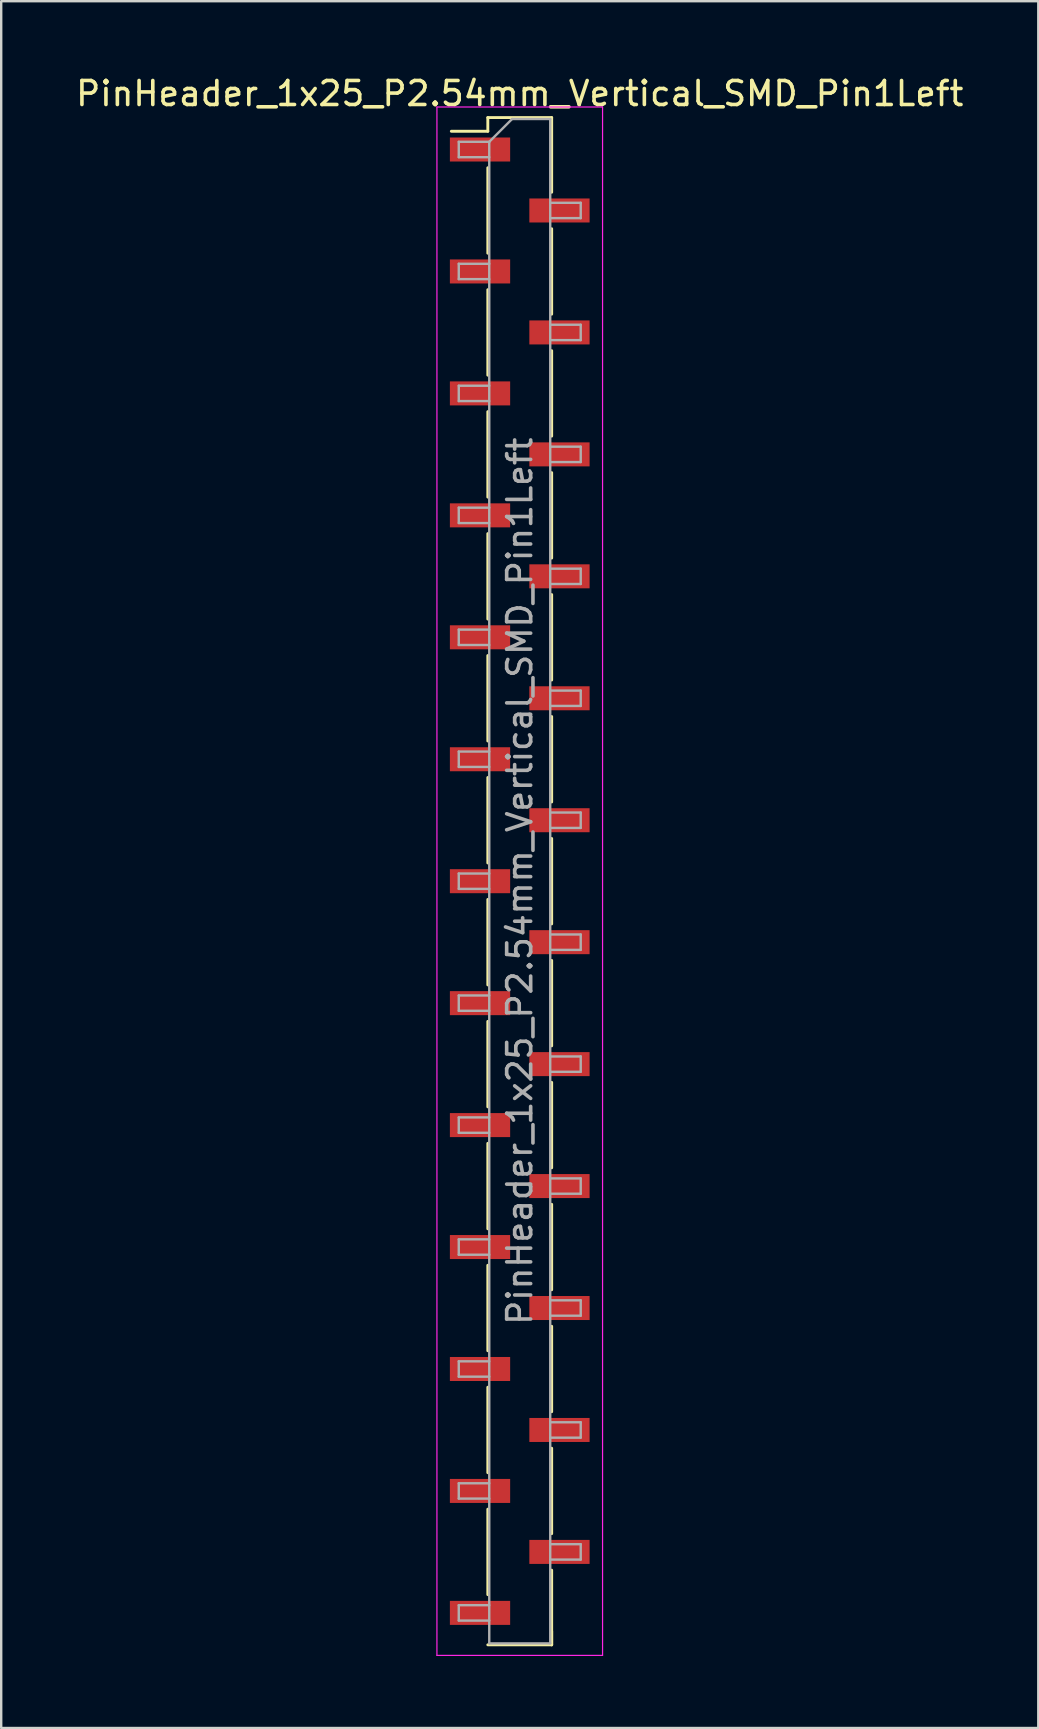
<source format=kicad_pcb>
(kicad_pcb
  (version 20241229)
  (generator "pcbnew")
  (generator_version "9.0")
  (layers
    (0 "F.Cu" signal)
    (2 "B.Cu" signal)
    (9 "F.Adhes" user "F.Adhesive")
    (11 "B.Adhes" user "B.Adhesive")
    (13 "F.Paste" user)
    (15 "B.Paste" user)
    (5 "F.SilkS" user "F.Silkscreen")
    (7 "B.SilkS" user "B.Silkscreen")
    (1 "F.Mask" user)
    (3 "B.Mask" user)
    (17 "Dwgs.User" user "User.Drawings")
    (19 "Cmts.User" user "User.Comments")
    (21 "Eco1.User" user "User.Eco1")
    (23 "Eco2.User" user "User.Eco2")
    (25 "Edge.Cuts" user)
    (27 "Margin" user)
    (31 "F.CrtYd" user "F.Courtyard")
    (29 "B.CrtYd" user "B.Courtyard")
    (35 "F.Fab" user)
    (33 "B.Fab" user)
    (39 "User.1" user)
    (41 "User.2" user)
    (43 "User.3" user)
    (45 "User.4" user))
  (footprint "PinHeader_1x25_P2.54mm_Vertical_SMD_Pin1Left"
    (layer "F.Cu")
    (at 18.601 33.658)
    (property "Reference" "PinHeader_1x25_P2.54mm_Vertical_SMD_Pin1Left" (at 0 -32.81 0) (layer "F.SilkS") (effects (font (size 1 1) (thickness 0.15))))
    (attr smd)
    (fp_line (start -1.33 -31.81) (end -1.33 -31.24) (stroke (width 0.12) (type solid)) (layer "F.SilkS"))
    (fp_line (start -1.33 -31.81) (end 1.33 -31.81) (stroke (width 0.12) (type solid)) (layer "F.SilkS"))
    (fp_line (start -1.33 -31.24) (end -2.85 -31.24) (stroke (width 0.12) (type solid)) (layer "F.SilkS"))
    (fp_line (start -1.33 -29.72) (end -1.33 -26.16) (stroke (width 0.12) (type solid)) (layer "F.SilkS"))
    (fp_line (start -1.33 -24.64) (end -1.33 -21.08) (stroke (width 0.12) (type solid)) (layer "F.SilkS"))
    (fp_line (start -1.33 -19.56) (end -1.33 -16) (stroke (width 0.12) (type solid)) (layer "F.SilkS"))
    (fp_line (start -1.33 -14.48) (end -1.33 -10.92) (stroke (width 0.12) (type solid)) (layer "F.SilkS"))
    (fp_line (start -1.33 -9.4) (end -1.33 -5.84) (stroke (width 0.12) (type solid)) (layer "F.SilkS"))
    (fp_line (start -1.33 -4.32) (end -1.33 -0.76) (stroke (width 0.12) (type solid)) (layer "F.SilkS"))
    (fp_line (start -1.33 0.76) (end -1.33 4.32) (stroke (width 0.12) (type solid)) (layer "F.SilkS"))
    (fp_line (start -1.33 5.84) (end -1.33 9.4) (stroke (width 0.12) (type solid)) (layer "F.SilkS"))
    (fp_line (start -1.33 10.92) (end -1.33 14.48) (stroke (width 0.12) (type solid)) (layer "F.SilkS"))
    (fp_line (start -1.33 16) (end -1.33 19.56) (stroke (width 0.12) (type solid)) (layer "F.SilkS"))
    (fp_line (start -1.33 21.08) (end -1.33 24.64) (stroke (width 0.12) (type solid)) (layer "F.SilkS"))
    (fp_line (start -1.33 26.16) (end -1.33 29.72) (stroke (width 0.12) (type solid)) (layer "F.SilkS"))
    (fp_line (start -1.33 31.81) (end 1.33 31.81) (stroke (width 0.12) (type solid)) (layer "F.SilkS"))
    (fp_line (start 1.33 -31.81) (end 1.33 -28.7) (stroke (width 0.12) (type solid)) (layer "F.SilkS"))
    (fp_line (start 1.33 -27.18) (end 1.33 -23.62) (stroke (width 0.12) (type solid)) (layer "F.SilkS"))
    (fp_line (start 1.33 -22.1) (end 1.33 -18.54) (stroke (width 0.12) (type solid)) (layer "F.SilkS"))
    (fp_line (start 1.33 -17.02) (end 1.33 -13.46) (stroke (width 0.12) (type solid)) (layer "F.SilkS"))
    (fp_line (start 1.33 -11.94) (end 1.33 -8.38) (stroke (width 0.12) (type solid)) (layer "F.SilkS"))
    (fp_line (start 1.33 -6.86) (end 1.33 -3.3) (stroke (width 0.12) (type solid)) (layer "F.SilkS"))
    (fp_line (start 1.33 -1.78) (end 1.33 1.78) (stroke (width 0.12) (type solid)) (layer "F.SilkS"))
    (fp_line (start 1.33 3.3) (end 1.33 6.86) (stroke (width 0.12) (type solid)) (layer "F.SilkS"))
    (fp_line (start 1.33 8.38) (end 1.33 11.94) (stroke (width 0.12) (type solid)) (layer "F.SilkS"))
    (fp_line (start 1.33 13.46) (end 1.33 17.02) (stroke (width 0.12) (type solid)) (layer "F.SilkS"))
    (fp_line (start 1.33 18.54) (end 1.33 22.1) (stroke (width 0.12) (type solid)) (layer "F.SilkS"))
    (fp_line (start 1.33 23.62) (end 1.33 27.18) (stroke (width 0.12) (type solid)) (layer "F.SilkS"))
    (fp_line (start 1.33 28.7) (end 1.33 31.81) (stroke (width 0.12) (type solid)) (layer "F.SilkS"))
    (fp_line (start 1.33 31.24) (end 1.33 31.81) (stroke (width 0.12) (type solid)) (layer "F.SilkS"))
    (fp_line (start -3.45 -32.25) (end -3.45 32.25) (stroke (width 0.05) (type solid)) (layer "F.CrtYd"))
    (fp_line (start -3.45 32.25) (end 3.45 32.25) (stroke (width 0.05) (type solid)) (layer "F.CrtYd"))
    (fp_line (start 3.45 -32.25) (end -3.45 -32.25) (stroke (width 0.05) (type solid)) (layer "F.CrtYd"))
    (fp_line (start 3.45 32.25) (end 3.45 -32.25) (stroke (width 0.05) (type solid)) (layer "F.CrtYd"))
    (fp_line (start -2.54 -30.8) (end -2.54 -30.16) (stroke (width 0.1) (type solid)) (layer "F.Fab"))
    (fp_line (start -2.54 -30.16) (end -1.27 -30.16) (stroke (width 0.1) (type solid)) (layer "F.Fab"))
    (fp_line (start -2.54 -25.72) (end -2.54 -25.08) (stroke (width 0.1) (type solid)) (layer "F.Fab"))
    (fp_line (start -2.54 -25.08) (end -1.27 -25.08) (stroke (width 0.1) (type solid)) (layer "F.Fab"))
    (fp_line (start -2.54 -20.64) (end -2.54 -20) (stroke (width 0.1) (type solid)) (layer "F.Fab"))
    (fp_line (start -2.54 -20) (end -1.27 -20) (stroke (width 0.1) (type solid)) (layer "F.Fab"))
    (fp_line (start -2.54 -15.56) (end -2.54 -14.92) (stroke (width 0.1) (type solid)) (layer "F.Fab"))
    (fp_line (start -2.54 -14.92) (end -1.27 -14.92) (stroke (width 0.1) (type solid)) (layer "F.Fab"))
    (fp_line (start -2.54 -10.48) (end -2.54 -9.84) (stroke (width 0.1) (type solid)) (layer "F.Fab"))
    (fp_line (start -2.54 -9.84) (end -1.27 -9.84) (stroke (width 0.1) (type solid)) (layer "F.Fab"))
    (fp_line (start -2.54 -5.4) (end -2.54 -4.76) (stroke (width 0.1) (type solid)) (layer "F.Fab"))
    (fp_line (start -2.54 -4.76) (end -1.27 -4.76) (stroke (width 0.1) (type solid)) (layer "F.Fab"))
    (fp_line (start -2.54 -0.32) (end -2.54 0.32) (stroke (width 0.1) (type solid)) (layer "F.Fab"))
    (fp_line (start -2.54 0.32) (end -1.27 0.32) (stroke (width 0.1) (type solid)) (layer "F.Fab"))
    (fp_line (start -2.54 4.76) (end -2.54 5.4) (stroke (width 0.1) (type solid)) (layer "F.Fab"))
    (fp_line (start -2.54 5.4) (end -1.27 5.4) (stroke (width 0.1) (type solid)) (layer "F.Fab"))
    (fp_line (start -2.54 9.84) (end -2.54 10.48) (stroke (width 0.1) (type solid)) (layer "F.Fab"))
    (fp_line (start -2.54 10.48) (end -1.27 10.48) (stroke (width 0.1) (type solid)) (layer "F.Fab"))
    (fp_line (start -2.54 14.92) (end -2.54 15.56) (stroke (width 0.1) (type solid)) (layer "F.Fab"))
    (fp_line (start -2.54 15.56) (end -1.27 15.56) (stroke (width 0.1) (type solid)) (layer "F.Fab"))
    (fp_line (start -2.54 20) (end -2.54 20.64) (stroke (width 0.1) (type solid)) (layer "F.Fab"))
    (fp_line (start -2.54 20.64) (end -1.27 20.64) (stroke (width 0.1) (type solid)) (layer "F.Fab"))
    (fp_line (start -2.54 25.08) (end -2.54 25.72) (stroke (width 0.1) (type solid)) (layer "F.Fab"))
    (fp_line (start -2.54 25.72) (end -1.27 25.72) (stroke (width 0.1) (type solid)) (layer "F.Fab"))
    (fp_line (start -2.54 30.16) (end -2.54 30.8) (stroke (width 0.1) (type solid)) (layer "F.Fab"))
    (fp_line (start -2.54 30.8) (end -1.27 30.8) (stroke (width 0.1) (type solid)) (layer "F.Fab"))
    (fp_line (start -1.27 -30.8) (end -2.54 -30.8) (stroke (width 0.1) (type solid)) (layer "F.Fab"))
    (fp_line (start -1.27 -30.8) (end -0.32 -31.75) (stroke (width 0.1) (type solid)) (layer "F.Fab"))
    (fp_line (start -1.27 -25.72) (end -2.54 -25.72) (stroke (width 0.1) (type solid)) (layer "F.Fab"))
    (fp_line (start -1.27 -20.64) (end -2.54 -20.64) (stroke (width 0.1) (type solid)) (layer "F.Fab"))
    (fp_line (start -1.27 -15.56) (end -2.54 -15.56) (stroke (width 0.1) (type solid)) (layer "F.Fab"))
    (fp_line (start -1.27 -10.48) (end -2.54 -10.48) (stroke (width 0.1) (type solid)) (layer "F.Fab"))
    (fp_line (start -1.27 -5.4) (end -2.54 -5.4) (stroke (width 0.1) (type solid)) (layer "F.Fab"))
    (fp_line (start -1.27 -0.32) (end -2.54 -0.32) (stroke (width 0.1) (type solid)) (layer "F.Fab"))
    (fp_line (start -1.27 4.76) (end -2.54 4.76) (stroke (width 0.1) (type solid)) (layer "F.Fab"))
    (fp_line (start -1.27 9.84) (end -2.54 9.84) (stroke (width 0.1) (type solid)) (layer "F.Fab"))
    (fp_line (start -1.27 14.92) (end -2.54 14.92) (stroke (width 0.1) (type solid)) (layer "F.Fab"))
    (fp_line (start -1.27 20) (end -2.54 20) (stroke (width 0.1) (type solid)) (layer "F.Fab"))
    (fp_line (start -1.27 25.08) (end -2.54 25.08) (stroke (width 0.1) (type solid)) (layer "F.Fab"))
    (fp_line (start -1.27 30.16) (end -2.54 30.16) (stroke (width 0.1) (type solid)) (layer "F.Fab"))
    (fp_line (start -1.27 31.75) (end -1.27 -30.8) (stroke (width 0.1) (type solid)) (layer "F.Fab"))
    (fp_line (start -0.32 -31.75) (end 1.27 -31.75) (stroke (width 0.1) (type solid)) (layer "F.Fab"))
    (fp_line (start 1.27 -31.75) (end 1.27 31.75) (stroke (width 0.1) (type solid)) (layer "F.Fab"))
    (fp_line (start 1.27 -28.26) (end 2.54 -28.26) (stroke (width 0.1) (type solid)) (layer "F.Fab"))
    (fp_line (start 1.27 -23.18) (end 2.54 -23.18) (stroke (width 0.1) (type solid)) (layer "F.Fab"))
    (fp_line (start 1.27 -18.1) (end 2.54 -18.1) (stroke (width 0.1) (type solid)) (layer "F.Fab"))
    (fp_line (start 1.27 -13.02) (end 2.54 -13.02) (stroke (width 0.1) (type solid)) (layer "F.Fab"))
    (fp_line (start 1.27 -7.94) (end 2.54 -7.94) (stroke (width 0.1) (type solid)) (layer "F.Fab"))
    (fp_line (start 1.27 -2.86) (end 2.54 -2.86) (stroke (width 0.1) (type solid)) (layer "F.Fab"))
    (fp_line (start 1.27 2.22) (end 2.54 2.22) (stroke (width 0.1) (type solid)) (layer "F.Fab"))
    (fp_line (start 1.27 7.3) (end 2.54 7.3) (stroke (width 0.1) (type solid)) (layer "F.Fab"))
    (fp_line (start 1.27 12.38) (end 2.54 12.38) (stroke (width 0.1) (type solid)) (layer "F.Fab"))
    (fp_line (start 1.27 17.46) (end 2.54 17.46) (stroke (width 0.1) (type solid)) (layer "F.Fab"))
    (fp_line (start 1.27 22.54) (end 2.54 22.54) (stroke (width 0.1) (type solid)) (layer "F.Fab"))
    (fp_line (start 1.27 27.62) (end 2.54 27.62) (stroke (width 0.1) (type solid)) (layer "F.Fab"))
    (fp_line (start 1.27 31.75) (end -1.27 31.75) (stroke (width 0.1) (type solid)) (layer "F.Fab"))
    (fp_line (start 2.54 -28.26) (end 2.54 -27.62) (stroke (width 0.1) (type solid)) (layer "F.Fab"))
    (fp_line (start 2.54 -27.62) (end 1.27 -27.62) (stroke (width 0.1) (type solid)) (layer "F.Fab"))
    (fp_line (start 2.54 -23.18) (end 2.54 -22.54) (stroke (width 0.1) (type solid)) (layer "F.Fab"))
    (fp_line (start 2.54 -22.54) (end 1.27 -22.54) (stroke (width 0.1) (type solid)) (layer "F.Fab"))
    (fp_line (start 2.54 -18.1) (end 2.54 -17.46) (stroke (width 0.1) (type solid)) (layer "F.Fab"))
    (fp_line (start 2.54 -17.46) (end 1.27 -17.46) (stroke (width 0.1) (type solid)) (layer "F.Fab"))
    (fp_line (start 2.54 -13.02) (end 2.54 -12.38) (stroke (width 0.1) (type solid)) (layer "F.Fab"))
    (fp_line (start 2.54 -12.38) (end 1.27 -12.38) (stroke (width 0.1) (type solid)) (layer "F.Fab"))
    (fp_line (start 2.54 -7.94) (end 2.54 -7.3) (stroke (width 0.1) (type solid)) (layer "F.Fab"))
    (fp_line (start 2.54 -7.3) (end 1.27 -7.3) (stroke (width 0.1) (type solid)) (layer "F.Fab"))
    (fp_line (start 2.54 -2.86) (end 2.54 -2.22) (stroke (width 0.1) (type solid)) (layer "F.Fab"))
    (fp_line (start 2.54 -2.22) (end 1.27 -2.22) (stroke (width 0.1) (type solid)) (layer "F.Fab"))
    (fp_line (start 2.54 2.22) (end 2.54 2.86) (stroke (width 0.1) (type solid)) (layer "F.Fab"))
    (fp_line (start 2.54 2.86) (end 1.27 2.86) (stroke (width 0.1) (type solid)) (layer "F.Fab"))
    (fp_line (start 2.54 7.3) (end 2.54 7.94) (stroke (width 0.1) (type solid)) (layer "F.Fab"))
    (fp_line (start 2.54 7.94) (end 1.27 7.94) (stroke (width 0.1) (type solid)) (layer "F.Fab"))
    (fp_line (start 2.54 12.38) (end 2.54 13.02) (stroke (width 0.1) (type solid)) (layer "F.Fab"))
    (fp_line (start 2.54 13.02) (end 1.27 13.02) (stroke (width 0.1) (type solid)) (layer "F.Fab"))
    (fp_line (start 2.54 17.46) (end 2.54 18.1) (stroke (width 0.1) (type solid)) (layer "F.Fab"))
    (fp_line (start 2.54 18.1) (end 1.27 18.1) (stroke (width 0.1) (type solid)) (layer "F.Fab"))
    (fp_line (start 2.54 22.54) (end 2.54 23.18) (stroke (width 0.1) (type solid)) (layer "F.Fab"))
    (fp_line (start 2.54 23.18) (end 1.27 23.18) (stroke (width 0.1) (type solid)) (layer "F.Fab"))
    (fp_line (start 2.54 27.62) (end 2.54 28.26) (stroke (width 0.1) (type solid)) (layer "F.Fab"))
    (fp_line (start 2.54 28.26) (end 1.27 28.26) (stroke (width 0.1) (type solid)) (layer "F.Fab"))
    (fp_text user "${REFERENCE}" (at 0 0 90) (layer "F.Fab") (effects (font (size 1 1) (thickness 0.15))))
    (pad "1" smd rect (at -1.655 -30.48) (size 2.51 1) (layers "F.Cu" "F.Mask" "F.Paste"))
    (pad "2" smd rect (at 1.655 -27.94) (size 2.51 1) (layers "F.Cu" "F.Mask" "F.Paste"))
    (pad "3" smd rect (at -1.655 -25.4) (size 2.51 1) (layers "F.Cu" "F.Mask" "F.Paste"))
    (pad "4" smd rect (at 1.655 -22.86) (size 2.51 1) (layers "F.Cu" "F.Mask" "F.Paste"))
    (pad "5" smd rect (at -1.655 -20.32) (size 2.51 1) (layers "F.Cu" "F.Mask" "F.Paste"))
    (pad "6" smd rect (at 1.655 -17.78) (size 2.51 1) (layers "F.Cu" "F.Mask" "F.Paste"))
    (pad "7" smd rect (at -1.655 -15.24) (size 2.51 1) (layers "F.Cu" "F.Mask" "F.Paste"))
    (pad "8" smd rect (at 1.655 -12.7) (size 2.51 1) (layers "F.Cu" "F.Mask" "F.Paste"))
    (pad "9" smd rect (at -1.655 -10.16) (size 2.51 1) (layers "F.Cu" "F.Mask" "F.Paste"))
    (pad "10" smd rect (at 1.655 -7.62) (size 2.51 1) (layers "F.Cu" "F.Mask" "F.Paste"))
    (pad "11" smd rect (at -1.655 -5.08) (size 2.51 1) (layers "F.Cu" "F.Mask" "F.Paste"))
    (pad "12" smd rect (at 1.655 -2.54) (size 2.51 1) (layers "F.Cu" "F.Mask" "F.Paste"))
    (pad "13" smd rect (at -1.655 0) (size 2.51 1) (layers "F.Cu" "F.Mask" "F.Paste"))
    (pad "14" smd rect (at 1.655 2.54) (size 2.51 1) (layers "F.Cu" "F.Mask" "F.Paste"))
    (pad "15" smd rect (at -1.655 5.08) (size 2.51 1) (layers "F.Cu" "F.Mask" "F.Paste"))
    (pad "16" smd rect (at 1.655 7.62) (size 2.51 1) (layers "F.Cu" "F.Mask" "F.Paste"))
    (pad "17" smd rect (at -1.655 10.16) (size 2.51 1) (layers "F.Cu" "F.Mask" "F.Paste"))
    (pad "18" smd rect (at 1.655 12.7) (size 2.51 1) (layers "F.Cu" "F.Mask" "F.Paste"))
    (pad "19" smd rect (at -1.655 15.24) (size 2.51 1) (layers "F.Cu" "F.Mask" "F.Paste"))
    (pad "20" smd rect (at 1.655 17.78) (size 2.51 1) (layers "F.Cu" "F.Mask" "F.Paste"))
    (pad "21" smd rect (at -1.655 20.32) (size 2.51 1) (layers "F.Cu" "F.Mask" "F.Paste"))
    (pad "22" smd rect (at 1.655 22.86) (size 2.51 1) (layers "F.Cu" "F.Mask" "F.Paste"))
    (pad "23" smd rect (at -1.655 25.4) (size 2.51 1) (layers "F.Cu" "F.Mask" "F.Paste"))
    (pad "24" smd rect (at 1.655 27.94) (size 2.51 1) (layers "F.Cu" "F.Mask" "F.Paste"))
    (pad "25" smd rect (at -1.655 30.48) (size 2.51 1) (layers "F.Cu" "F.Mask" "F.Paste")))
  (gr_rect
    (start -3 -3)
    (end 40.202 68.933)
    (stroke (width 0.1) (type default))
    (fill no)
    (layer "Edge.Cuts")))
</source>
